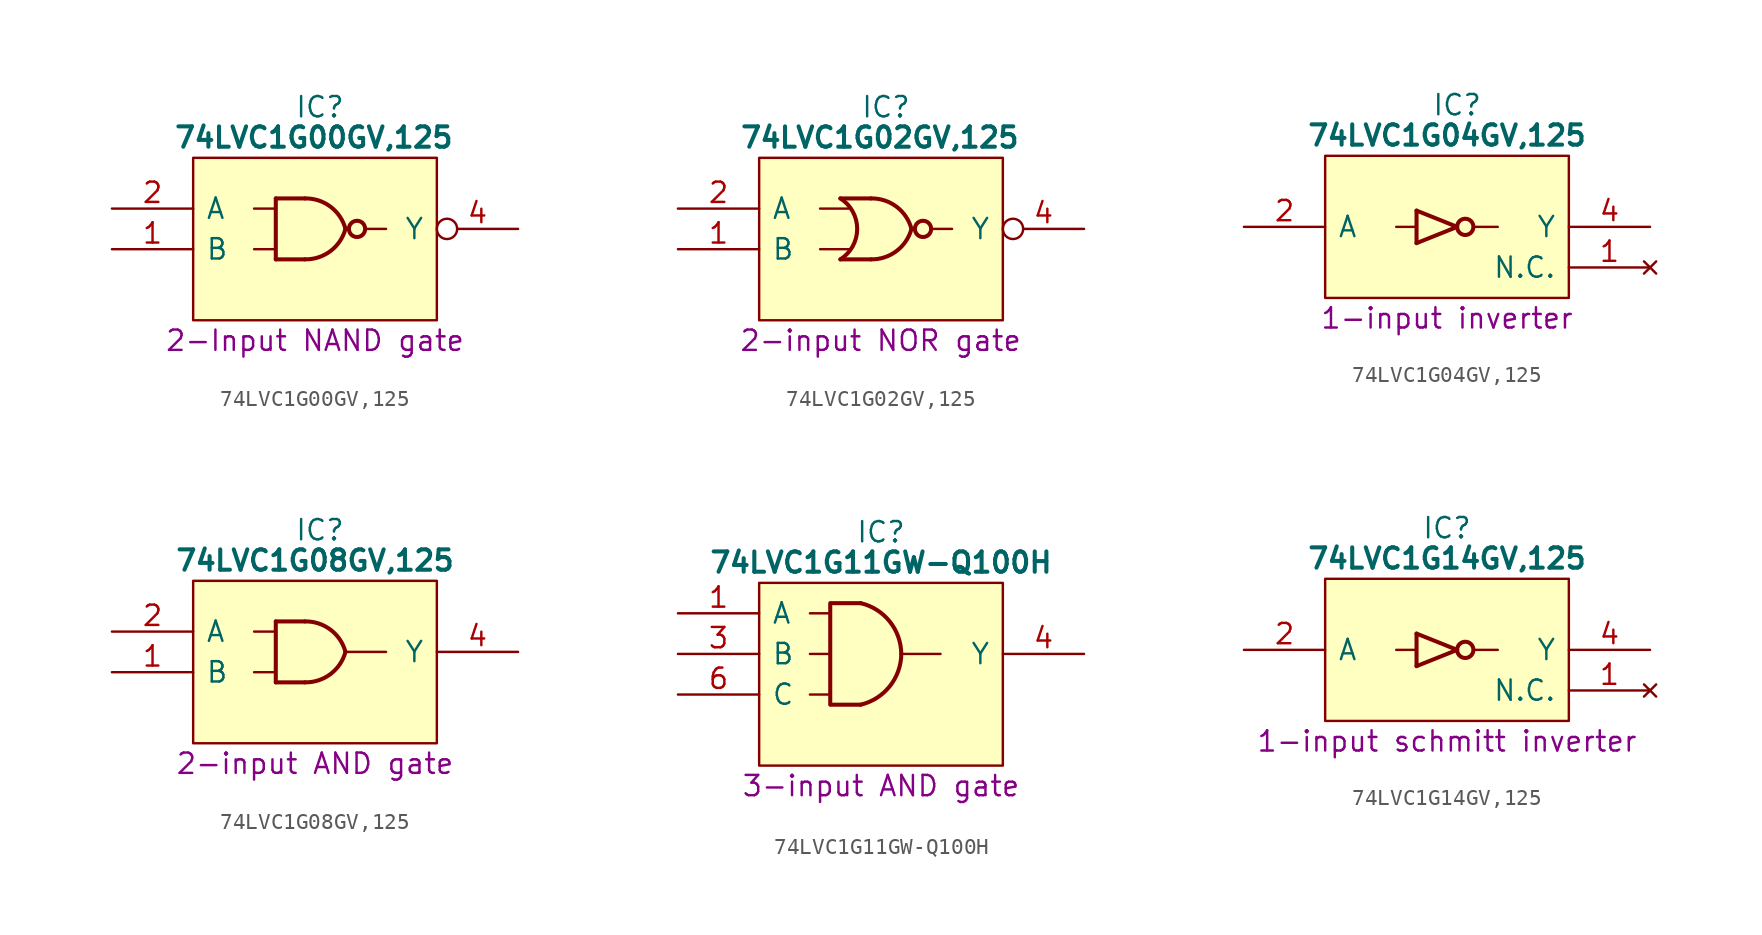
<source format=kicad_sym>
(kicad_symbol_lib
  (version 20231120)
  (generator "kicad_symbol_editor")
  (generator_version "8.0")
  (symbol "74LVC1G00GV,125"
    (pin_names
      (offset 0.762))
    (property "Reference" "IC"
      (at 11.43 6.35 0)
      (effects (font (size 1.27 1.27)) (justify left)))
    (property "Value" "74LVC1G00GV,125"
      (at 3.81 4.445 0)
      (effects (font (size 1.27 1.27) (bold yes)) (justify left)))
    (property "Description" "2-Input NAND gate"
      (at 12.7 -8.255 0)
      (effects (font (size 1.27 1.27))))
    (symbol "74LVC1G00GV,125_0_0"
      (pin input line (at 0 -2.54 0) (length 5.08) (name "B" (effects (font (size 1.27 1.27)))) (number "1" (effects (font (size 1.27 1.27)))))
      (pin input line (at 0 0 0) (length 5.08) (name "A" (effects (font (size 1.27 1.27)))) (number "2" (effects (font (size 1.27 1.27)))))
      (pin passive line (at 0 -5.08 0) (length 5.08) hide (name "GND" (effects (font (size 1.27 1.27)))) (number "3" (effects (font (size 1.27 1.27)))))
      (pin output inverted (at 25.4 -1.27 180) (length 5.08) (name "Y" (effects (font (size 1.27 1.27)))) (number "4" (effects (font (size 1.27 1.27)))))
      (pin passive line (at 25.4 1.27 180) (length 5.08) hide (name "3V" (effects (font (size 1.27 1.27)))) (number "5" (effects (font (size 1.27 1.27))))))
    (symbol "74LVC1G00GV,125_0_1"
      (polyline (pts (xy 8.89 -2.54) (xy 10.16 -2.54)) (stroke (width 0) (type default)) (fill (type none)))
      (polyline (pts (xy 8.89 0) (xy 10.16 0)) (stroke (width 0) (type default)) (fill (type none)))
      (polyline (pts (xy 10.248 0.635) (xy 10.248 -3.175)) (stroke (width 0.254) (type default)) (fill (type background)))
      (polyline (pts (xy 12.065 -3.175) (xy 10.248 -3.175)) (stroke (width 0.254) (type default)) (fill (type background)))
      (polyline (pts (xy 12.065 0.635) (xy 10.248 0.635)) (stroke (width 0.254) (type default)) (fill (type background)))
      (polyline (pts (xy 15.963 -1.27) (xy 17.145 -1.27)) (stroke (width 0) (type default)) (fill (type none)))
      (polyline (pts (xy 5.08 3.175) (xy 20.32 3.175) (xy 20.32 -6.985) (xy 5.08 -6.985) (xy 5.08 3.175)) (stroke (width 0.152) (type default)) (fill (type background)))
      (arc (start 12.065 -3.175) (mid 13.6634 -2.6604) (end 14.605 -1.27) (stroke (width 0.254) (type default)) (fill (type none)))
      (arc (start 14.605 -1.27) (mid 13.6641 0.1213) (end 12.065 0.635) (stroke (width 0.254) (type default)) (fill (type none)))
      (circle (center 15.328 -1.27) (radius 0.508) (stroke (width 0.254) (type default)) (fill (type none)))))
  (symbol "74LVC1G02GV,125"
    (pin_names
      (offset 0.762))
    (property "Reference" "IC"
      (at 11.43 6.35 0)
      (effects (font (size 1.27 1.27)) (justify left)))
    (property "Value" "74LVC1G02GV,125"
      (at 3.81 4.445 0)
      (effects (font (size 1.27 1.27) (bold yes)) (justify left)))
    (property "Description" "2-input NOR gate"
      (at 3.81 -8.255 0)
      (effects (font (size 1.27 1.27)) (justify left)))
    (symbol "74LVC1G02GV,125_0_0"
      (pin input line (at 0 -2.54 0) (length 5.08) (name "B" (effects (font (size 1.27 1.27)))) (number "1" (effects (font (size 1.27 1.27)))))
      (pin input line (at 0 0 0) (length 5.08) (name "A" (effects (font (size 1.27 1.27)))) (number "2" (effects (font (size 1.27 1.27)))))
      (pin passive line (at 0 -5.08 0) (length 5.08) hide (name "GND" (effects (font (size 1.27 1.27)))) (number "3" (effects (font (size 1.27 1.27)))))
      (pin output inverted (at 25.4 -1.27 180) (length 5.08) (name "Y" (effects (font (size 1.27 1.27)))) (number "4" (effects (font (size 1.27 1.27)))))
      (pin passive line (at 25.4 1.27 180) (length 5.08) hide (name "3V" (effects (font (size 1.27 1.27)))) (number "5" (effects (font (size 1.27 1.27))))))
    (symbol "74LVC1G02GV,125_0_1"
      (polyline (pts (xy 8.89 -2.54) (xy 10.795 -2.54)) (stroke (width 0) (type default)) (fill (type none)))
      (polyline (pts (xy 8.89 0) (xy 10.795 0)) (stroke (width 0) (type default)) (fill (type none)))
      (polyline (pts (xy 12.065 -3.175) (xy 10.16 -3.175)) (stroke (width 0.254) (type default)) (fill (type background)))
      (polyline (pts (xy 12.065 0.635) (xy 10.16 0.635)) (stroke (width 0.254) (type default)) (fill (type background)))
      (polyline (pts (xy 15.963 -1.27) (xy 17.145 -1.27)) (stroke (width 0) (type default)) (fill (type none)))
      (polyline (pts (xy 5.08 3.175) (xy 20.32 3.175) (xy 20.32 -6.985) (xy 5.08 -6.985) (xy 5.08 3.175)) (stroke (width 0.152) (type default)) (fill (type background)))
      (arc (start 10.16 -3.175) (mid 11.2106 -1.27) (end 10.16 0.635) (stroke (width 0.254) (type default)) (fill (type none)))
      (arc (start 12.065 -3.175) (mid 13.6634 -2.6604) (end 14.605 -1.27) (stroke (width 0.254) (type default)) (fill (type none)))
      (arc (start 14.605 -1.27) (mid 13.6641 0.1213) (end 12.065 0.635) (stroke (width 0.254) (type default)) (fill (type none)))
      (circle (center 15.328 -1.27) (radius 0.508) (stroke (width 0.254) (type default)) (fill (type none)))))
  (symbol "74LVC1G04GV,125"
    (pin_names
      (offset 0.762))
    (property "Reference" "IC"
      (at 13.335 5.08 0)
      (effects (font (size 1.27 1.27))))
    (property "Value" "74LVC1G04GV,125"
      (at 12.7 3.175 0)
      (effects (font (size 1.27 1.27) (bold yes))))
    (property "Description" "1-input inverter"
      (at 12.7 -8.255 0)
      (effects (font (size 1.27 1.27))))
    (symbol "74LVC1G04GV,125_0_0"
      (pin no_connect line (at 25.4 -5.08 180) (length 5.08) (name "N.C." (effects (font (size 1.27 1.27)))) (number "1" (effects (font (size 1.27 1.27)))))
      (pin input line (at 0 -2.54 0) (length 5.08) (name "A" (effects (font (size 1.27 1.27)))) (number "2" (effects (font (size 1.27 1.27)))))
      (pin passive line (at 0 -5.08 0) (length 5.08) hide (name "GND" (effects (font (size 1.27 1.27)))) (number "3" (effects (font (size 1.27 1.27)))))
      (pin output line (at 25.4 -2.54 180) (length 5.08) (name "Y" (effects (font (size 1.27 1.27)))) (number "4" (effects (font (size 1.27 1.27)))))
      (pin passive line (at 25.4 0 180) (length 5.08) hide (name "3V" (effects (font (size 1.27 1.27)))) (number "5" (effects (font (size 1.27 1.27))))))
    (symbol "74LVC1G04GV,125_0_1"
      (polyline (pts (xy 9.525 -2.54) (xy 10.795 -2.54)) (stroke (width 0) (type default)) (fill (type none)))
      (polyline (pts (xy 14.351 -2.54) (xy 15.875 -2.54)) (stroke (width 0) (type default)) (fill (type none)))
      (polyline (pts (xy 10.795 -3.556) (xy 13.335 -2.54) (xy 10.795 -1.524)) (stroke (width 0.254) (type default)) (fill (type none)))
      (polyline (pts (xy 5.08 1.905) (xy 20.32 1.905) (xy 20.32 -6.985) (xy 5.08 -6.985) (xy 5.08 1.905)) (stroke (width 0.152) (type default)) (fill (type background)))
      (rectangle (start 10.795 -1.524) (end 10.795 -3.556) (stroke (width 0.254) (type default)) (fill (type background)))
      (circle (center 13.843 -2.54) (radius 0.508) (stroke (width 0.254) (type default)) (fill (type none)))))
  (symbol "74LVC1G08GV,125"
    (pin_names
      (offset 0.762))
    (property "Reference" "IC"
      (at 11.43 6.35 0)
      (effects (font (size 1.27 1.27)) (justify left)))
    (property "Value" "74LVC1G08GV,125"
      (at 12.7 4.445 0)
      (effects (font (size 1.27 1.27) (bold yes))))
    (property "Description" "2-input AND gate"
      (at 12.7 -8.255 0)
      (effects (font (size 1.27 1.27))))
    (symbol "74LVC1G08GV,125_0_0"
      (pin input line (at 0 -2.54 0) (length 5.08) (name "B" (effects (font (size 1.27 1.27)))) (number "1" (effects (font (size 1.27 1.27)))))
      (pin input line (at 0 0 0) (length 5.08) (name "A" (effects (font (size 1.27 1.27)))) (number "2" (effects (font (size 1.27 1.27)))))
      (pin passive line (at 0 -5.08 0) (length 5.08) hide (name "GND" (effects (font (size 1.27 1.27)))) (number "3" (effects (font (size 1.27 1.27)))))
      (pin output line (at 25.4 -1.27 180) (length 5.08) (name "Y" (effects (font (size 1.27 1.27)))) (number "4" (effects (font (size 1.27 1.27)))))
      (pin passive line (at 25.4 1.27 180) (length 5.08) hide (name "3V" (effects (font (size 1.27 1.27)))) (number "5" (effects (font (size 1.27 1.27))))))
    (symbol "74LVC1G08GV,125_0_1"
      (polyline (pts (xy 8.89 -2.54) (xy 10.16 -2.54)) (stroke (width 0) (type default)) (fill (type none)))
      (polyline (pts (xy 8.89 0) (xy 10.16 0)) (stroke (width 0) (type default)) (fill (type none)))
      (polyline (pts (xy 10.248 0.635) (xy 10.248 -3.175)) (stroke (width 0.254) (type default)) (fill (type background)))
      (polyline (pts (xy 12.065 -3.175) (xy 10.248 -3.175)) (stroke (width 0.254) (type default)) (fill (type background)))
      (polyline (pts (xy 12.065 0.635) (xy 10.248 0.635)) (stroke (width 0.254) (type default)) (fill (type background)))
      (polyline (pts (xy 14.605 -1.27) (xy 17.145 -1.27)) (stroke (width 0) (type default)) (fill (type none)))
      (polyline (pts (xy 5.08 3.175) (xy 20.32 3.175) (xy 20.32 -6.985) (xy 5.08 -6.985) (xy 5.08 3.175)) (stroke (width 0.152) (type default)) (fill (type background)))
      (arc (start 12.065 -3.175) (mid 13.6634 -2.6604) (end 14.605 -1.27) (stroke (width 0.254) (type default)) (fill (type none)))
      (arc (start 14.605 -1.27) (mid 13.6644 0.1222) (end 12.065 0.635) (stroke (width 0.254) (type default)) (fill (type none)))))
  (symbol "74LVC1G11GW-Q100H"
    (pin_names
      (offset 0.762))
    (property "Reference" "IC"
      (at 12.7 5.08 0)
      (effects (font (size 1.27 1.27))))
    (property "Value" "74LVC1G11GW-Q100H"
      (at 12.7 3.175 0)
      (effects (font (size 1.27 1.27) (bold yes))))
    (property "Description" "3-input AND gate"
      (at 12.7 -10.795 0)
      (effects (font (size 1.27 1.27))))
    (symbol "74LVC1G11GW-Q100H_0_0"
      (pin input line (at 0 0 0) (length 5.08) (name "A" (effects (font (size 1.27 1.27)))) (number "1" (effects (font (size 1.27 1.27)))))
      (pin input line (at 0 -2.54 0) (length 5.08) (name "B" (effects (font (size 1.27 1.27)))) (number "3" (effects (font (size 1.27 1.27)))))
      (pin output line (at 25.4 -2.54 180) (length 5.08) (name "Y" (effects (font (size 1.27 1.27)))) (number "4" (effects (font (size 1.27 1.27)))))
      (pin input line (at 0 -5.08 0) (length 5.08) (name "C" (effects (font (size 1.27 1.27)))) (number "6" (effects (font (size 1.27 1.27))))))
    (symbol "74LVC1G11GW-Q100H_0_1"
      (polyline (pts (xy 8.255 -5.08) (xy 9.525 -5.08)) (stroke (width 0) (type default)) (fill (type none)))
      (polyline (pts (xy 8.255 -2.54) (xy 9.525 -2.54)) (stroke (width 0) (type default)) (fill (type none)))
      (polyline (pts (xy 8.255 0) (xy 9.525 0)) (stroke (width 0) (type default)) (fill (type none)))
      (polyline (pts (xy 9.525 0.635) (xy 9.525 -5.715)) (stroke (width 0.254) (type default)) (fill (type background)))
      (polyline (pts (xy 11.43 -5.715) (xy 9.613 -5.715)) (stroke (width 0.254) (type default)) (fill (type background)))
      (polyline (pts (xy 11.43 0.635) (xy 9.613 0.635)) (stroke (width 0.254) (type default)) (fill (type background)))
      (polyline (pts (xy 13.97 -2.54) (xy 16.422 -2.54)) (stroke (width 0) (type default)) (fill (type none)))
      (polyline (pts (xy 5.08 1.905) (xy 20.32 1.905) (xy 20.32 -9.525) (xy 5.08 -9.525) (xy 5.08 1.905)) (stroke (width 0.152) (type default)) (fill (type background)))
      (arc (start 11.43 -5.715) (mid 13.2458 -4.5642) (end 13.97 -2.54) (stroke (width 0.254) (type default)) (fill (type none)))
      (arc (start 13.97 -2.54) (mid 13.2471 -0.5149) (end 11.43 0.635) (stroke (width 0.254) (type default)) (fill (type none))))
    (symbol "74LVC1G11GW-Q100H_1_0"
      (pin passive line (at 0 -7.62 0) (length 5.08) hide (name "GND" (effects (font (size 1.27 1.27)))) (number "2" (effects (font (size 1.27 1.27)))))
      (pin passive line (at 25.4 0 180) (length 5.08) hide (name "3V" (effects (font (size 1.27 1.27)))) (number "5" (effects (font (size 1.27 1.27)))))))
  (symbol "74LVC1G14GV,125"
    (pin_names
      (offset 0.762))
    (property "Reference" "IC"
      (at 12.7 5.08 0)
      (effects (font (size 1.27 1.27))))
    (property "Value" "74LVC1G14GV,125"
      (at 12.7 3.175 0)
      (effects (font (size 1.27 1.27) (bold yes))))
    (property "Description" "1-input schmitt inverter"
      (at 12.7 -8.255 0)
      (effects (font (size 1.27 1.27))))
    (symbol "74LVC1G14GV,125_0_0"
      (pin no_connect line (at 25.4 -5.08 180) (length 5.08) (name "N.C." (effects (font (size 1.27 1.27)))) (number "1" (effects (font (size 1.27 1.27)))))
      (pin input line (at 0 -2.54 0) (length 5.08) (name "A" (effects (font (size 1.27 1.27)))) (number "2" (effects (font (size 1.27 1.27)))))
      (pin passive line (at 0 -5.08 0) (length 5.08) hide (name "GND" (effects (font (size 1.27 1.27)))) (number "3" (effects (font (size 1.27 1.27)))))
      (pin output line (at 25.4 -2.54 180) (length 5.08) (name "Y" (effects (font (size 1.27 1.27)))) (number "4" (effects (font (size 1.27 1.27)))))
      (pin passive line (at 25.4 0 180) (length 5.08) hide (name "3V" (effects (font (size 1.27 1.27)))) (number "5" (effects (font (size 1.27 1.27))))))
    (symbol "74LVC1G14GV,125_0_1"
      (polyline (pts (xy 9.525 -2.54) (xy 10.795 -2.54)) (stroke (width 0) (type default)) (fill (type none)))
      (polyline (pts (xy 14.351 -2.54) (xy 15.875 -2.54)) (stroke (width 0) (type default)) (fill (type none)))
      (polyline (pts (xy 10.795 -3.556) (xy 13.335 -2.54) (xy 10.795 -1.524)) (stroke (width 0.254) (type default)) (fill (type none)))
      (polyline (pts (xy 5.08 1.905) (xy 20.32 1.905) (xy 20.32 -6.985) (xy 5.08 -6.985) (xy 5.08 1.905)) (stroke (width 0.152) (type default)) (fill (type background)))
      (rectangle (start 10.795 -1.524) (end 10.795 -3.556) (stroke (width 0.254) (type default)) (fill (type background)))
      (circle (center 13.843 -2.54) (radius 0.508) (stroke (width 0.254) (type default)) (fill (type none))))))
</source>
